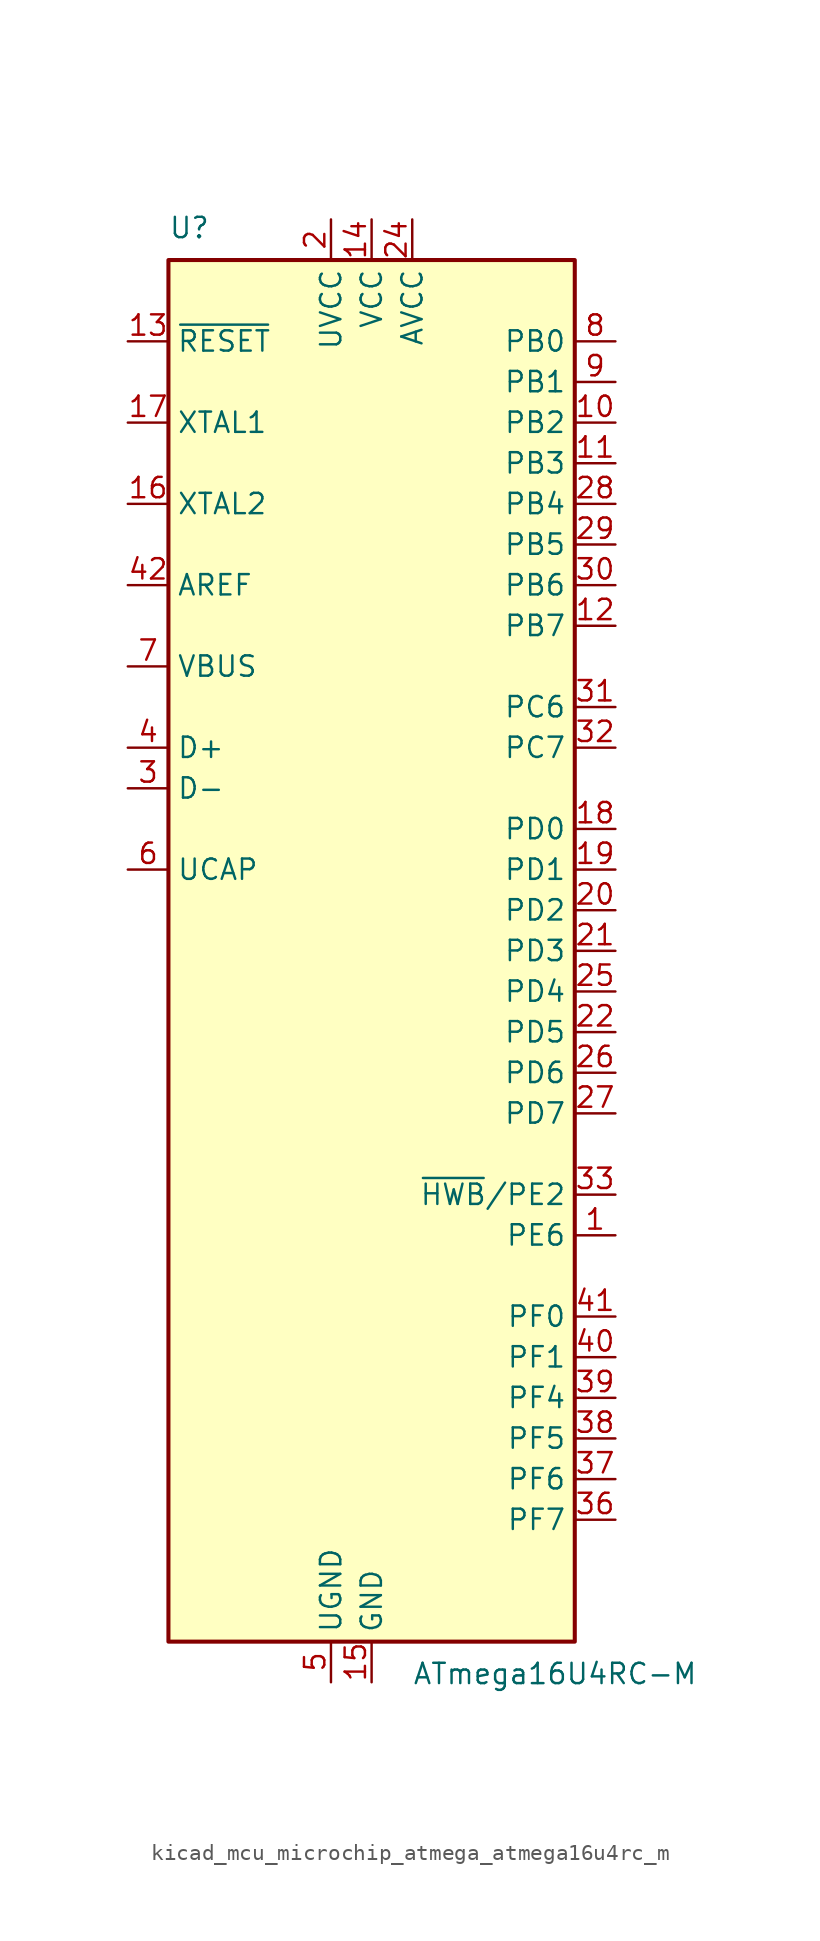
<source format=kicad_sym>
(kicad_symbol_lib
  (version 20220914)
  (generator kicad_symbol_editor)
  (symbol "kicad_mcu_microchip_atmega_atmega16u4rc_m"
    (property "Reference" "U"
      (at -12.7 44.45 0)
      (effects (font (size 1.27 1.27)) (justify left bottom)))
    (property "Value" "ATmega16U4RC-M"
      (at 2.54 -44.45 0)
      (effects (font (size 1.27 1.27)) (justify left top)))
    (symbol "kicad_mcu_microchip_atmega_atmega16u4rc_m_0_1"
      (rectangle (start -12.7 -43.18) (end 12.7 43.18) (stroke (width 0.254) (type default)) (fill (type background))))
    (symbol "kicad_mcu_microchip_atmega_atmega16u4rc_m_1_1"
      (pin bidirectional line (at 15.24 -17.78 180) (length 2.54) (name "PE6" (effects (font (size 1.27 1.27)))) (number "1" (effects (font (size 1.27 1.27)))))
      (pin bidirectional line (at 15.24 33.02 180) (length 2.54) (name "PB2" (effects (font (size 1.27 1.27)))) (number "10" (effects (font (size 1.27 1.27)))))
      (pin bidirectional line (at 15.24 30.48 180) (length 2.54) (name "PB3" (effects (font (size 1.27 1.27)))) (number "11" (effects (font (size 1.27 1.27)))))
      (pin bidirectional line (at 15.24 20.32 180) (length 2.54) (name "PB7" (effects (font (size 1.27 1.27)))) (number "12" (effects (font (size 1.27 1.27)))))
      (pin input line (at -15.24 38.1 0) (length 2.54) (name "~{RESET}" (effects (font (size 1.27 1.27)))) (number "13" (effects (font (size 1.27 1.27)))))
      (pin power_in line (at 0 45.72 270) (length 2.54) (name "VCC" (effects (font (size 1.27 1.27)))) (number "14" (effects (font (size 1.27 1.27)))))
      (pin power_in line (at 0 -45.72 90) (length 2.54) (name "GND" (effects (font (size 1.27 1.27)))) (number "15" (effects (font (size 1.27 1.27)))))
      (pin output line (at -15.24 27.94 0) (length 2.54) (name "XTAL2" (effects (font (size 1.27 1.27)))) (number "16" (effects (font (size 1.27 1.27)))))
      (pin input line (at -15.24 33.02 0) (length 2.54) (name "XTAL1" (effects (font (size 1.27 1.27)))) (number "17" (effects (font (size 1.27 1.27)))))
      (pin bidirectional line (at 15.24 7.62 180) (length 2.54) (name "PD0" (effects (font (size 1.27 1.27)))) (number "18" (effects (font (size 1.27 1.27)))))
      (pin bidirectional line (at 15.24 5.08 180) (length 2.54) (name "PD1" (effects (font (size 1.27 1.27)))) (number "19" (effects (font (size 1.27 1.27)))))
      (pin power_in line (at -2.54 45.72 270) (length 2.54) (name "UVCC" (effects (font (size 1.27 1.27)))) (number "2" (effects (font (size 1.27 1.27)))))
      (pin bidirectional line (at 15.24 2.54 180) (length 2.54) (name "PD2" (effects (font (size 1.27 1.27)))) (number "20" (effects (font (size 1.27 1.27)))))
      (pin bidirectional line (at 15.24 0 180) (length 2.54) (name "PD3" (effects (font (size 1.27 1.27)))) (number "21" (effects (font (size 1.27 1.27)))))
      (pin bidirectional line (at 15.24 -5.08 180) (length 2.54) (name "PD5" (effects (font (size 1.27 1.27)))) (number "22" (effects (font (size 1.27 1.27)))))
      (pin passive line (at 0 -45.72 90) (length 2.54) hide (name "GND" (effects (font (size 1.27 1.27)))) (number "23" (effects (font (size 1.27 1.27)))))
      (pin power_in line (at 2.54 45.72 270) (length 2.54) (name "AVCC" (effects (font (size 1.27 1.27)))) (number "24" (effects (font (size 1.27 1.27)))))
      (pin bidirectional line (at 15.24 -2.54 180) (length 2.54) (name "PD4" (effects (font (size 1.27 1.27)))) (number "25" (effects (font (size 1.27 1.27)))))
      (pin bidirectional line (at 15.24 -7.62 180) (length 2.54) (name "PD6" (effects (font (size 1.27 1.27)))) (number "26" (effects (font (size 1.27 1.27)))))
      (pin bidirectional line (at 15.24 -10.16 180) (length 2.54) (name "PD7" (effects (font (size 1.27 1.27)))) (number "27" (effects (font (size 1.27 1.27)))))
      (pin bidirectional line (at 15.24 27.94 180) (length 2.54) (name "PB4" (effects (font (size 1.27 1.27)))) (number "28" (effects (font (size 1.27 1.27)))))
      (pin bidirectional line (at 15.24 25.4 180) (length 2.54) (name "PB5" (effects (font (size 1.27 1.27)))) (number "29" (effects (font (size 1.27 1.27)))))
      (pin bidirectional line (at -15.24 10.16 0) (length 2.54) (name "D-" (effects (font (size 1.27 1.27)))) (number "3" (effects (font (size 1.27 1.27)))))
      (pin bidirectional line (at 15.24 22.86 180) (length 2.54) (name "PB6" (effects (font (size 1.27 1.27)))) (number "30" (effects (font (size 1.27 1.27)))))
      (pin bidirectional line (at 15.24 15.24 180) (length 2.54) (name "PC6" (effects (font (size 1.27 1.27)))) (number "31" (effects (font (size 1.27 1.27)))))
      (pin bidirectional line (at 15.24 12.7 180) (length 2.54) (name "PC7" (effects (font (size 1.27 1.27)))) (number "32" (effects (font (size 1.27 1.27)))))
      (pin bidirectional line (at 15.24 -15.24 180) (length 2.54) (name "~{HWB}/PE2" (effects (font (size 1.27 1.27)))) (number "33" (effects (font (size 1.27 1.27)))))
      (pin passive line (at 0 45.72 270) (length 2.54) hide (name "VCC" (effects (font (size 1.27 1.27)))) (number "34" (effects (font (size 1.27 1.27)))))
      (pin passive line (at 0 -45.72 90) (length 2.54) hide (name "GND" (effects (font (size 1.27 1.27)))) (number "35" (effects (font (size 1.27 1.27)))))
      (pin bidirectional line (at 15.24 -35.56 180) (length 2.54) (name "PF7" (effects (font (size 1.27 1.27)))) (number "36" (effects (font (size 1.27 1.27)))))
      (pin bidirectional line (at 15.24 -33.02 180) (length 2.54) (name "PF6" (effects (font (size 1.27 1.27)))) (number "37" (effects (font (size 1.27 1.27)))))
      (pin bidirectional line (at 15.24 -30.48 180) (length 2.54) (name "PF5" (effects (font (size 1.27 1.27)))) (number "38" (effects (font (size 1.27 1.27)))))
      (pin bidirectional line (at 15.24 -27.94 180) (length 2.54) (name "PF4" (effects (font (size 1.27 1.27)))) (number "39" (effects (font (size 1.27 1.27)))))
      (pin bidirectional line (at -15.24 12.7 0) (length 2.54) (name "D+" (effects (font (size 1.27 1.27)))) (number "4" (effects (font (size 1.27 1.27)))))
      (pin bidirectional line (at 15.24 -25.4 180) (length 2.54) (name "PF1" (effects (font (size 1.27 1.27)))) (number "40" (effects (font (size 1.27 1.27)))))
      (pin bidirectional line (at 15.24 -22.86 180) (length 2.54) (name "PF0" (effects (font (size 1.27 1.27)))) (number "41" (effects (font (size 1.27 1.27)))))
      (pin passive line (at -15.24 22.86 0) (length 2.54) (name "AREF" (effects (font (size 1.27 1.27)))) (number "42" (effects (font (size 1.27 1.27)))))
      (pin passive line (at 0 -45.72 90) (length 2.54) hide (name "GND" (effects (font (size 1.27 1.27)))) (number "43" (effects (font (size 1.27 1.27)))))
      (pin passive line (at 2.54 45.72 270) (length 2.54) hide (name "AVCC" (effects (font (size 1.27 1.27)))) (number "44" (effects (font (size 1.27 1.27)))))
      (pin passive line (at 0 -45.72 90) (length 2.54) hide (name "GND" (effects (font (size 1.27 1.27)))) (number "45" (effects (font (size 1.27 1.27)))))
      (pin passive line (at -2.54 -45.72 90) (length 2.54) (name "UGND" (effects (font (size 1.27 1.27)))) (number "5" (effects (font (size 1.27 1.27)))))
      (pin passive line (at -15.24 5.08 0) (length 2.54) (name "UCAP" (effects (font (size 1.27 1.27)))) (number "6" (effects (font (size 1.27 1.27)))))
      (pin input line (at -15.24 17.78 0) (length 2.54) (name "VBUS" (effects (font (size 1.27 1.27)))) (number "7" (effects (font (size 1.27 1.27)))))
      (pin bidirectional line (at 15.24 38.1 180) (length 2.54) (name "PB0" (effects (font (size 1.27 1.27)))) (number "8" (effects (font (size 1.27 1.27)))))
      (pin bidirectional line (at 15.24 35.56 180) (length 2.54) (name "PB1" (effects (font (size 1.27 1.27)))) (number "9" (effects (font (size 1.27 1.27))))))))
</source>
